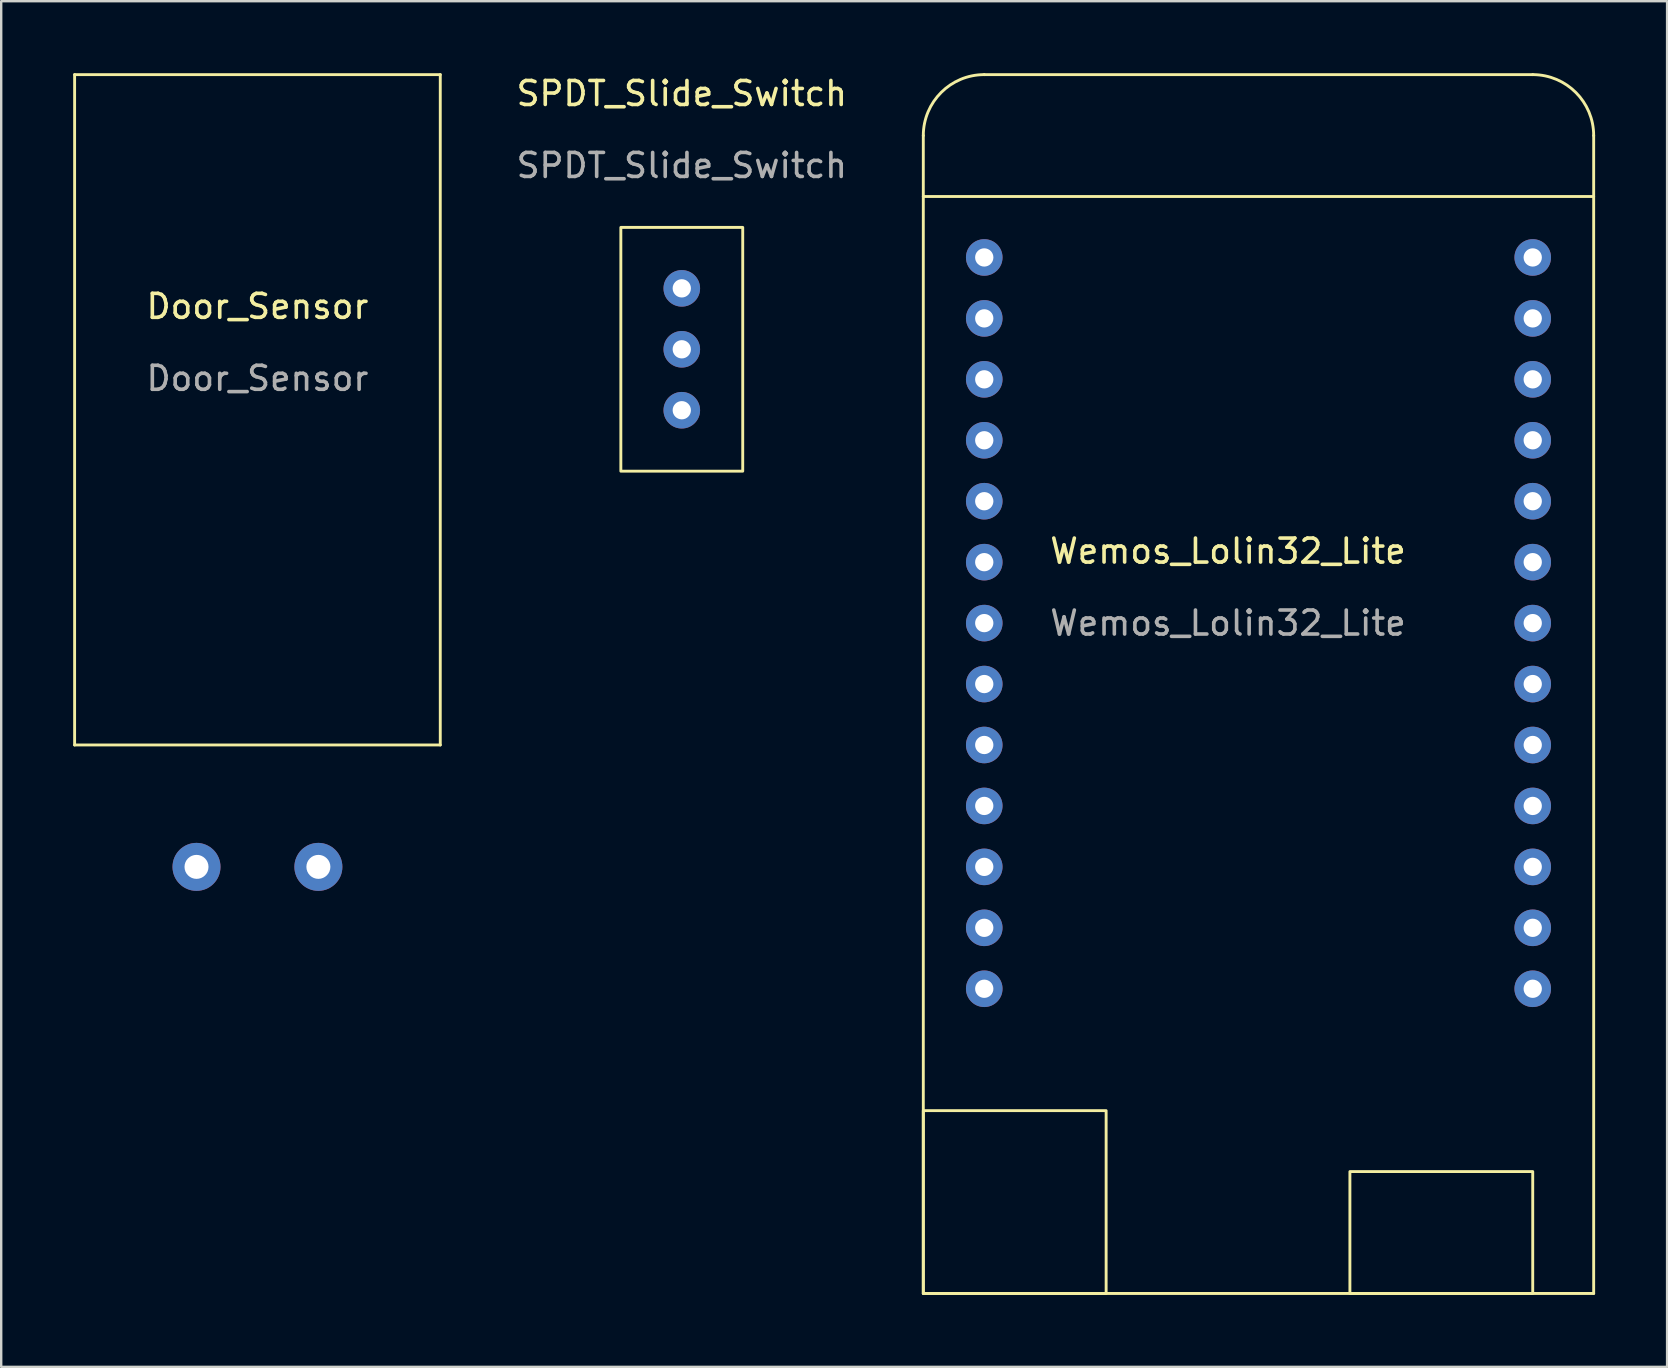
<source format=kicad_pcb>
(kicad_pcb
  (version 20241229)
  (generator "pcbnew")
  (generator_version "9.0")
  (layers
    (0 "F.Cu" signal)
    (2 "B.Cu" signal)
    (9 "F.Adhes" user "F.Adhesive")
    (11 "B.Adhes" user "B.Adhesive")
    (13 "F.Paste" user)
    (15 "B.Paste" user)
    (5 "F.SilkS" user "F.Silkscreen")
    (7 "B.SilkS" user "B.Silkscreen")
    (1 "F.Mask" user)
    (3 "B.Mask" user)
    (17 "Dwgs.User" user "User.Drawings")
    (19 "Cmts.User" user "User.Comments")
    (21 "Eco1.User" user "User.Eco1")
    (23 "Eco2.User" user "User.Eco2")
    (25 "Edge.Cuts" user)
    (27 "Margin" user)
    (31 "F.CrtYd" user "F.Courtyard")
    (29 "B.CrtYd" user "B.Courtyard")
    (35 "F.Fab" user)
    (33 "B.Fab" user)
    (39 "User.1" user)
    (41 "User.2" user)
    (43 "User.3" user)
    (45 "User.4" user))
  (footprint "Wemos_Lolin32_Lite"
    (layer "F.Cu")
    (at 48.132 25.46)
    (property "Reference" "Wemos_Lolin32_Lite" (at 0 -5.54 0) (unlocked yes) (layer "F.SilkS") (effects (font (size 1 1) (thickness 0.15))))
    (attr through_hole)
    (fp_line (start -12.7 -20.32) (end 15.24 -20.32) (stroke (width 0.12) (type solid)) (layer "F.SilkS"))
    (fp_line (start -12.7 25.4) (end -12.7 -22.86) (stroke (width 0.12) (type solid)) (layer "F.SilkS"))
    (fp_line (start -10.16 -25.4) (end 12.7 -25.4) (stroke (width 0.12) (type solid)) (layer "F.SilkS"))
    (fp_line (start 15.24 -22.86) (end 15.24 25.4) (stroke (width 0.12) (type solid)) (layer "F.SilkS"))
    (fp_line (start 15.24 25.4) (end -12.7 25.4) (stroke (width 0.12) (type solid)) (layer "F.SilkS"))
    (fp_rect (start -12.7 25.4) (end -5.08 17.78) (stroke (width 0.12) (type solid)) (fill no) (layer "F.SilkS"))
    (fp_rect (start 12.7 25.4) (end 5.08 20.32) (stroke (width 0.12) (type solid)) (fill no) (layer "F.SilkS"))
    (fp_arc (start -12.7 -22.86) (mid -11.956051 -24.656051) (end -10.16 -25.4) (stroke (width 0.12) (type solid)) (layer "F.SilkS"))
    (fp_arc (start 12.7 -25.4) (mid 14.496051 -24.656051) (end 15.24 -22.86) (stroke (width 0.12) (type solid)) (layer "F.SilkS"))
    (fp_text user "${REFERENCE}" (at 0 -2.54 0) (unlocked yes) (layer "F.Fab") (effects (font (size 1 1) (thickness 0.15))))
    (pad "1" thru_hole circle (at -10.16 -17.78) (size 1.524 1.524) (drill 0.762) (layers "*.Cu" "*.Mask"))
    (pad "2" thru_hole circle (at -10.16 -15.24) (size 1.524 1.524) (drill 0.762) (layers "*.Cu" "*.Mask"))
    (pad "3" thru_hole circle (at -10.16 -12.7) (size 1.524 1.524) (drill 0.762) (layers "*.Cu" "*.Mask"))
    (pad "4" thru_hole circle (at -10.16 -10.16) (size 1.524 1.524) (drill 0.762) (layers "*.Cu" "*.Mask"))
    (pad "5" thru_hole circle (at -10.16 -7.62) (size 1.524 1.524) (drill 0.762) (layers "*.Cu" "*.Mask"))
    (pad "6" thru_hole circle (at -10.16 -5.08) (size 1.524 1.524) (drill 0.762) (layers "*.Cu" "*.Mask"))
    (pad "7" thru_hole circle (at -10.16 -2.54) (size 1.524 1.524) (drill 0.762) (layers "*.Cu" "*.Mask"))
    (pad "8" thru_hole circle (at -10.16 0) (size 1.524 1.524) (drill 0.762) (layers "*.Cu" "*.Mask"))
    (pad "9" thru_hole circle (at -10.16 2.54) (size 1.524 1.524) (drill 0.762) (layers "*.Cu" "*.Mask"))
    (pad "10" thru_hole circle (at -10.16 5.08) (size 1.524 1.524) (drill 0.762) (layers "*.Cu" "*.Mask"))
    (pad "11" thru_hole circle (at -10.16 7.62) (size 1.524 1.524) (drill 0.762) (layers "*.Cu" "*.Mask"))
    (pad "12" thru_hole circle (at -10.16 10.16) (size 1.524 1.524) (drill 0.762) (layers "*.Cu" "*.Mask"))
    (pad "13" thru_hole circle (at -10.16 12.7) (size 1.524 1.524) (drill 0.762) (layers "*.Cu" "*.Mask"))
    (pad "14" thru_hole circle (at 12.7 12.7) (size 1.524 1.524) (drill 0.762) (layers "*.Cu" "*.Mask"))
    (pad "15" thru_hole circle (at 12.7 10.16) (size 1.524 1.524) (drill 0.762) (layers "*.Cu" "*.Mask"))
    (pad "16" thru_hole circle (at 12.7 7.62) (size 1.524 1.524) (drill 0.762) (layers "*.Cu" "*.Mask"))
    (pad "17" thru_hole circle (at 12.7 5.08) (size 1.524 1.524) (drill 0.762) (layers "*.Cu" "*.Mask"))
    (pad "18" thru_hole circle (at 12.7 2.54) (size 1.524 1.524) (drill 0.762) (layers "*.Cu" "*.Mask"))
    (pad "19" thru_hole circle (at 12.7 0) (size 1.524 1.524) (drill 0.762) (layers "*.Cu" "*.Mask"))
    (pad "20" thru_hole circle (at 12.7 -2.54) (size 1.524 1.524) (drill 0.762) (layers "*.Cu" "*.Mask"))
    (pad "21" thru_hole circle (at 12.7 -5.08) (size 1.524 1.524) (drill 0.762) (layers "*.Cu" "*.Mask"))
    (pad "22" thru_hole circle (at 12.7 -7.62) (size 1.524 1.524) (drill 0.762) (layers "*.Cu" "*.Mask"))
    (pad "23" thru_hole circle (at 12.7 -10.16) (size 1.524 1.524) (drill 0.762) (layers "*.Cu" "*.Mask"))
    (pad "24" thru_hole circle (at 12.7 -12.7) (size 1.524 1.524) (drill 0.762) (layers "*.Cu" "*.Mask"))
    (pad "25" thru_hole circle (at 12.7 -15.24) (size 1.524 1.524) (drill 0.762) (layers "*.Cu" "*.Mask"))
    (pad "26" thru_hole circle (at 12.7 -17.78) (size 1.524 1.524) (drill 0.762) (layers "*.Cu" "*.Mask")))
  (footprint "SPDT_Slide_Switch"
    (layer "F.Cu")
    (at 25.366 1.348)
    (property "Reference" "SPDT_Slide_Switch" (at 0 -0.5 0) (unlocked yes) (layer "F.SilkS") (effects (font (size 1 1) (thickness 0.15))))
    (attr through_hole)
    (fp_rect (start -2.54 5.08) (end 2.54 15.24) (stroke (width 0.12) (type solid)) (fill no) (layer "F.SilkS"))
    (fp_text user "${REFERENCE}" (at 0 2.5 0) (unlocked yes) (layer "F.Fab") (effects (font (size 1 1) (thickness 0.15))))
    (pad "1" thru_hole circle (at 0 7.62) (size 1.524 1.524) (drill 0.762) (layers "*.Cu" "*.Mask"))
    (pad "2" thru_hole circle (at 0 10.16) (size 1.524 1.524) (drill 0.762) (layers "*.Cu" "*.Mask"))
    (pad "3" thru_hole circle (at 0 12.7) (size 1.524 1.524) (drill 0.762) (layers "*.Cu" "*.Mask")))
  (footprint "Door_Sensor"
    (layer "F.Cu")
    (at 7.68 10.22)
    (property "Reference" "Door_Sensor" (at 0 -0.5 0) (unlocked yes) (layer "F.SilkS") (effects (font (size 1 1) (thickness 0.15))))
    (attr through_hole)
    (fp_line (start -7.62 -10.16) (end 7.62 -10.16) (stroke (width 0.12) (type solid)) (layer "F.SilkS"))
    (fp_line (start -7.62 17.78) (end -7.62 -10.16) (stroke (width 0.12) (type solid)) (layer "F.SilkS"))
    (fp_line (start 7.62 -10.16) (end 7.62 17.78) (stroke (width 0.12) (type solid)) (layer "F.SilkS"))
    (fp_line (start 7.62 17.78) (end -7.62 17.78) (stroke (width 0.12) (type solid)) (layer "F.SilkS"))
    (fp_text user "${REFERENCE}" (at 0 2.5 0) (unlocked yes) (layer "F.Fab") (effects (font (size 1 1) (thickness 0.15))))
    (pad "1" thru_hole circle (at -2.54 22.86) (size 2 2) (drill 1) (layers "*.Cu" "*.Mask"))
    (pad "2" thru_hole circle (at 2.54 22.86) (size 2 2) (drill 1) (layers "*.Cu" "*.Mask")))
  (gr_rect
    (start -3 -3)
    (end 66.432 53.92)
    (stroke (width 0.1) (type default))
    (fill no)
    (layer "Edge.Cuts")))
</source>
